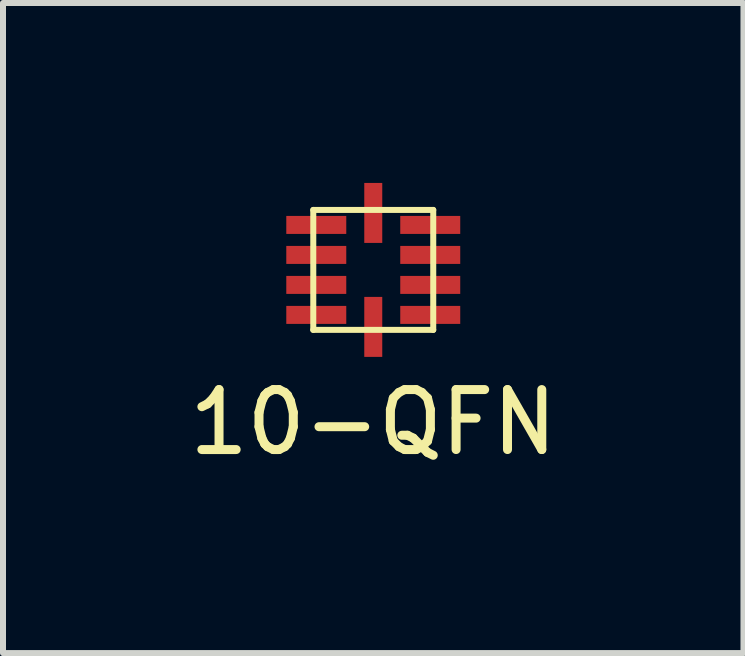
<source format=kicad_pcb>
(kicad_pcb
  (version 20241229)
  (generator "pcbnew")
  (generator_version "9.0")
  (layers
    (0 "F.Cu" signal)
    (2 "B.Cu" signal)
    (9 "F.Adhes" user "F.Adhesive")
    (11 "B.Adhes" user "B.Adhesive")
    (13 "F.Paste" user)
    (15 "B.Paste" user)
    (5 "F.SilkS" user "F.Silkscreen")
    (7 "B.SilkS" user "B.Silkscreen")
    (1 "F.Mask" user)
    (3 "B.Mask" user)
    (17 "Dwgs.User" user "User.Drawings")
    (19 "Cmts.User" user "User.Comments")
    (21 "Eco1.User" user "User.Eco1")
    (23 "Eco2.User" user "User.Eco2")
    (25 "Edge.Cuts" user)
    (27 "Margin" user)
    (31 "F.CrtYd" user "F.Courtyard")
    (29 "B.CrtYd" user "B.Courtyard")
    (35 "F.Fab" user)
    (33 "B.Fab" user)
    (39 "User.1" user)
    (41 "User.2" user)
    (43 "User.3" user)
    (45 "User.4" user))
  (footprint "10-QFN"
    (layer "F.Cu")
    (at 3.173 1.45)
    (property "Reference" "10-QFN" (at 0 2.54 0) (layer "F.SilkS") (effects (font (size 1 1) (thickness 0.15))))
    (attr through_hole)
    (fp_line (start -1 -1) (end -1 1) (stroke (width 0.1) (type solid)) (layer "F.SilkS"))
    (fp_line (start -1 -1) (end 1 -1) (stroke (width 0.1) (type solid)) (layer "F.SilkS"))
    (fp_line (start 1 -1) (end 1 1) (stroke (width 0.1) (type solid)) (layer "F.SilkS"))
    (fp_line (start 1 1) (end -1 1) (stroke (width 0.1) (type solid)) (layer "F.SilkS"))
    (pad "1" smd rect (at -0.95 -0.75) (size 1 0.3) (layers "F.Cu" "F.Mask" "F.Paste"))
    (pad "2" smd rect (at -0.95 -0.25) (size 1 0.3) (layers "F.Cu" "F.Mask" "F.Paste"))
    (pad "3" smd rect (at -0.95 0.25) (size 1 0.3) (layers "F.Cu" "F.Mask" "F.Paste"))
    (pad "4" smd rect (at -0.95 0.75) (size 1 0.3) (layers "F.Cu" "F.Mask" "F.Paste"))
    (pad "5" smd rect (at 0 0.95) (size 0.3 1) (layers "F.Cu" "F.Mask" "F.Paste"))
    (pad "6" smd rect (at 0.95 0.75) (size 1 0.3) (layers "F.Cu" "F.Mask" "F.Paste"))
    (pad "7" smd rect (at 0.95 0.25) (size 1 0.3) (layers "F.Cu" "F.Mask" "F.Paste"))
    (pad "8" smd rect (at 0.95 -0.25) (size 1 0.3) (layers "F.Cu" "F.Mask" "F.Paste"))
    (pad "9" smd rect (at 0.95 -0.75) (size 1 0.3) (layers "F.Cu" "F.Mask" "F.Paste"))
    (pad "10" smd rect (at 0 -0.95) (size 0.3 1) (layers "F.Cu" "F.Mask" "F.Paste")))
  (gr_rect
    (start -3 -3)
    (end 9.345 7.838)
    (stroke (width 0.1) (type default))
    (fill no)
    (layer "Edge.Cuts")))
</source>
